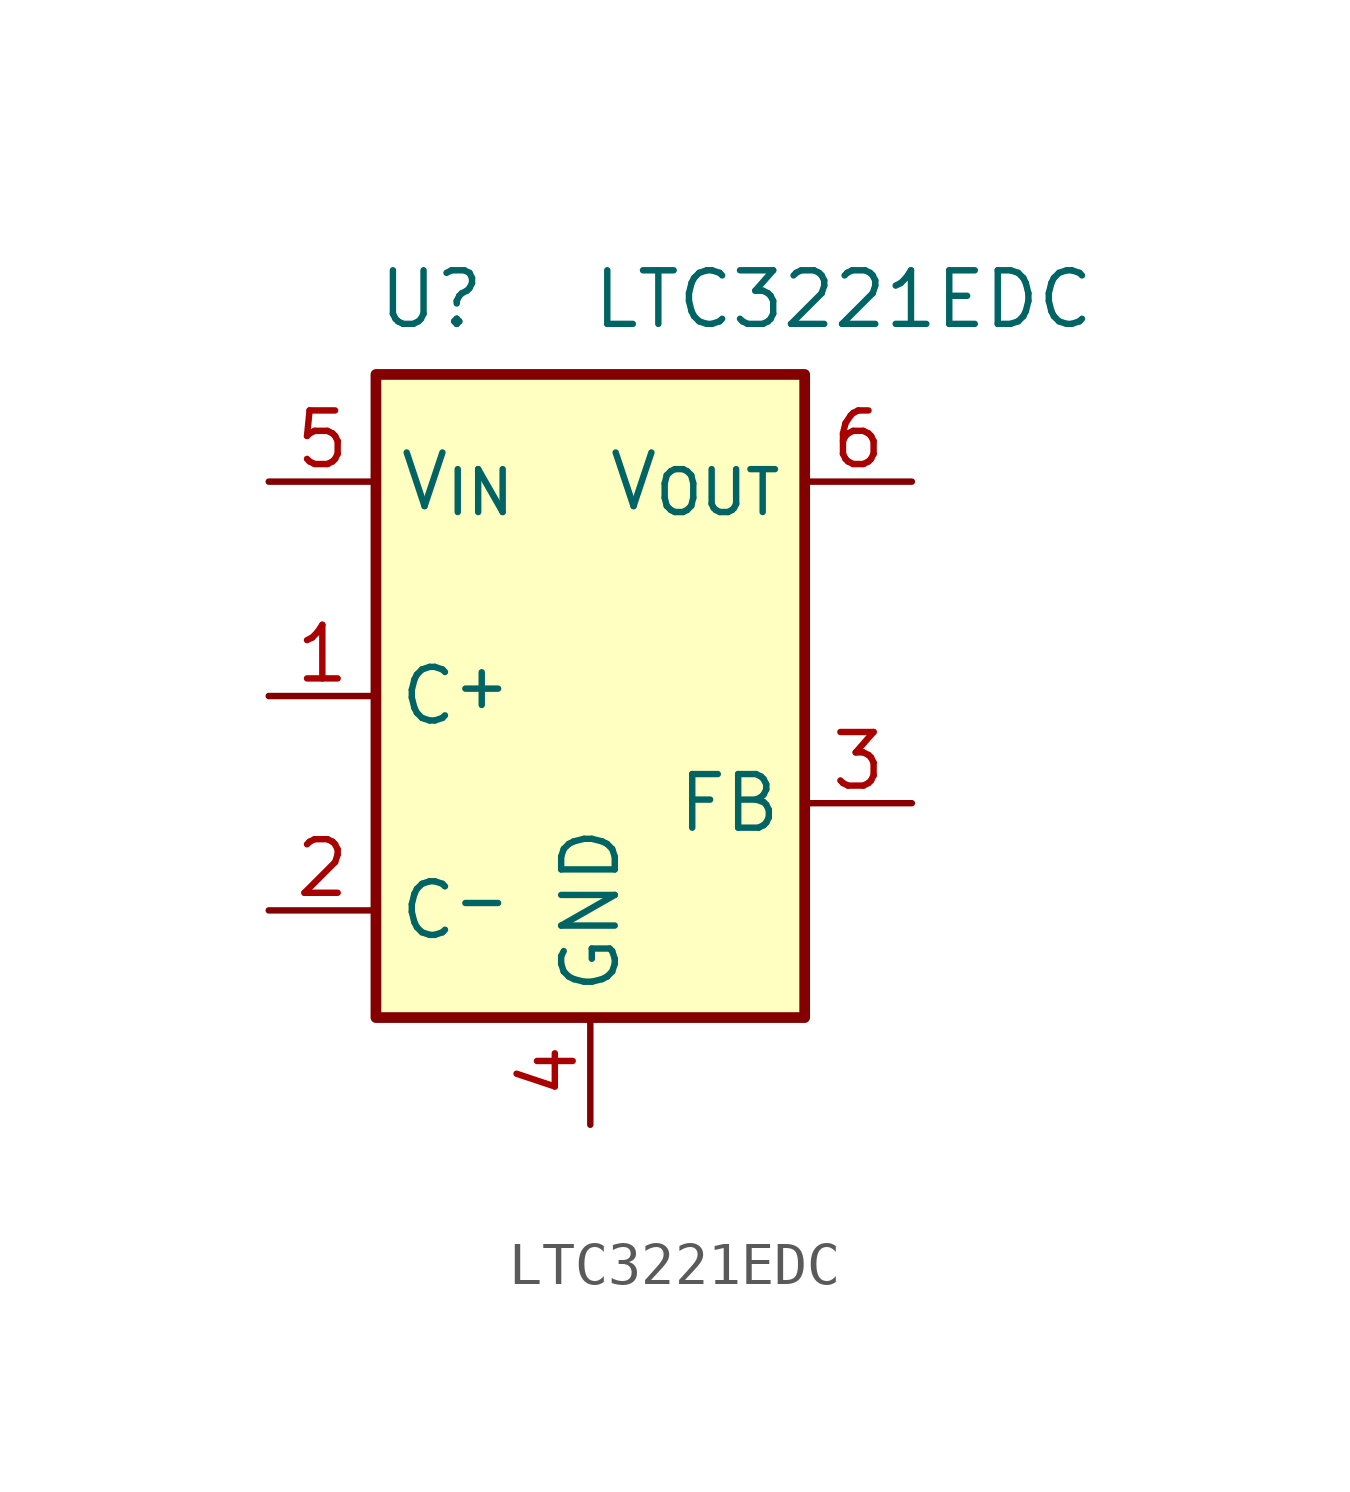
<source format=kicad_sym>
(kicad_symbol_lib
  (version 20241209)
  (generator "kicad_symbol_editor")
  (generator_version "9.0")
  (symbol "LTC3221EDC"
    (property "Reference" "U"
      (at -5.08 9.398 0)
      (effects (font (size 1.27 1.27)) (justify left)))
    (property "Value" "LTC3221EDC"
      (at 0 9.398 0)
      (effects (font (size 1.27 1.27)) (justify left)))
    (symbol "LTC3221EDC_1_1"
      (rectangle (start -5.08 7.62) (end 5.08 -7.62) (stroke (width 0.254) (type default)) (fill (type background)))
      (pin power_in line (at -7.62 5.08 0) (length 2.54) (name "V_{IN}" (effects (font (size 1.27 1.27)))) (number "5" (effects (font (size 1.27 1.27)))))
      (pin passive line (at -7.62 0 0) (length 2.54) (name "C^{+}" (effects (font (size 1.27 1.27)))) (number "1" (effects (font (size 1.27 1.27)))))
      (pin passive line (at -7.62 -5.08 0) (length 2.54) (name "C^{-}" (effects (font (size 1.27 1.27)))) (number "2" (effects (font (size 1.27 1.27)))))
      (pin power_in line (at 0 -10.16 90) (length 2.54) (name "GND" (effects (font (size 1.27 1.27)))) (number "4" (effects (font (size 1.27 1.27)))))
      (pin passive line (at 0 -10.16 90) (length 2.54) (hide yes) (name "GND" (effects (font (size 1.27 1.27)))) (number "7" (effects (font (size 1.27 1.27)))))
      (pin power_out line (at 7.62 5.08 180) (length 2.54) (name "V_{OUT}" (effects (font (size 1.27 1.27)))) (number "6" (effects (font (size 1.27 1.27)))))
      (pin input line (at 7.62 -2.54 180) (length 2.54) (name "FB" (effects (font (size 1.27 1.27)))) (number "3" (effects (font (size 1.27 1.27))))))))
</source>
